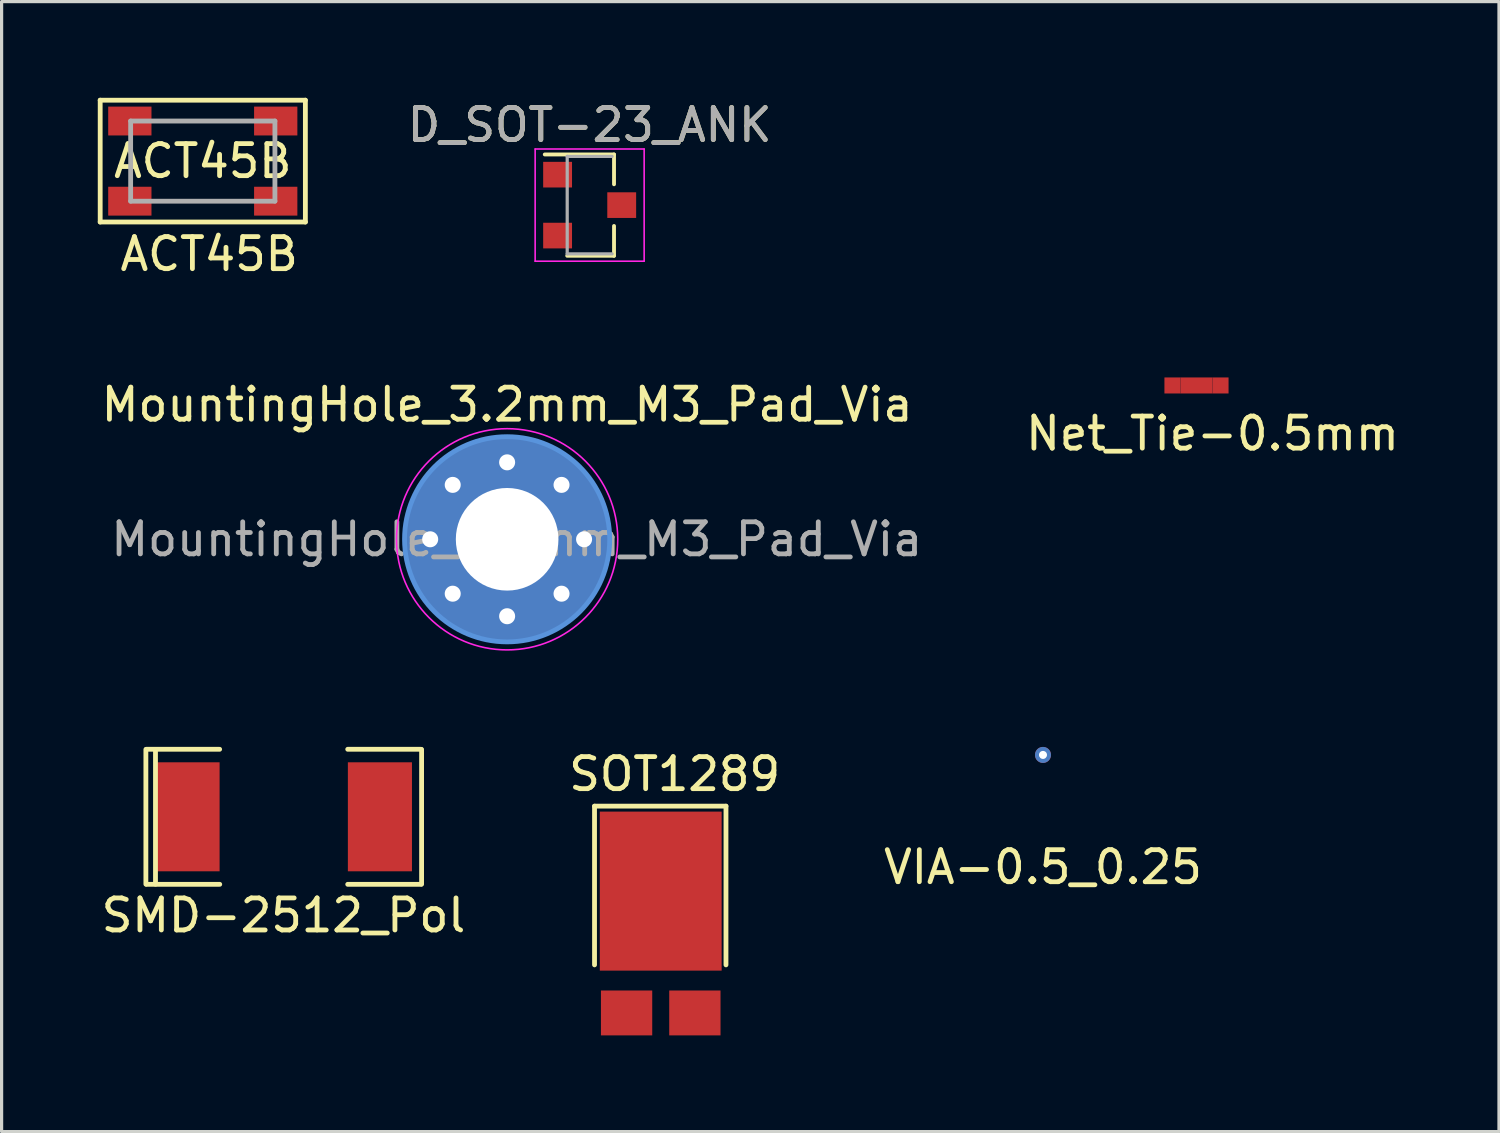
<source format=kicad_pcb>
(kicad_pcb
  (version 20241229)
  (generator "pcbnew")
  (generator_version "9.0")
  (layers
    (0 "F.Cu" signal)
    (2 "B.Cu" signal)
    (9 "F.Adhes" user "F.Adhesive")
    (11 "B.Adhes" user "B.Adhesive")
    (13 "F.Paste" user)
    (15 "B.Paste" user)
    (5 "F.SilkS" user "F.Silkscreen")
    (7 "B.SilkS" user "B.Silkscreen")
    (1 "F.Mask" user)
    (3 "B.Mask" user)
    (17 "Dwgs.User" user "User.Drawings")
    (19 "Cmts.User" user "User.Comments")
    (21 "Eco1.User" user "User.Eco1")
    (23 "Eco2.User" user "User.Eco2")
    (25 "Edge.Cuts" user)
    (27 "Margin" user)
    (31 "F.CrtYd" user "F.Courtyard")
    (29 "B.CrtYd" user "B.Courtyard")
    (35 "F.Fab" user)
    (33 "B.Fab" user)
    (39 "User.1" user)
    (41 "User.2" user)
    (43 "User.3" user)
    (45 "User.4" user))
  (footprint "Net_Tie-0.5mm"
    (layer "F.Cu")
    (at 34.27 8.973)
    (property "Reference" "Net_Tie-0.5mm" (at 0.5 1.5 0) (layer "F.SilkS") (effects (font (size 1 1) (thickness 0.15))))
    (attr through_hole)
    (pad "" smd rect (at 0 0) (size 1 0.5) (layers "F.Cu"))
    (pad "1" smd rect (at -0.75 0) (size 0.5 0.5) (layers "F.Cu"))
    (pad "2" smd rect (at 0.75 0) (size 0.5 0.5) (layers "F.Cu")))
  (footprint "ACT45B"
    (layer "F.Cu")
    (at 3.275 1.975)
    (property "Reference" "ACT45B" (at 0.2 2.9 0) (layer "F.SilkS") (effects (font (size 1 1) (thickness 0.15))))
    (attr through_hole)
    (fp_line (start -3.2 -1.9) (end 3.2 -1.9) (stroke (width 0.15) (type solid)) (layer "F.SilkS"))
    (fp_line (start -3.2 1.9) (end -3.2 -1.9) (stroke (width 0.15) (type solid)) (layer "F.SilkS"))
    (fp_line (start 3.2 -1.9) (end 3.2 1.9) (stroke (width 0.15) (type solid)) (layer "F.SilkS"))
    (fp_line (start 3.2 1.9) (end -3.2 1.9) (stroke (width 0.15) (type solid)) (layer "F.SilkS"))
    (fp_line (start -2.25 -1.25) (end 2.25 -1.25) (stroke (width 0.15) (type solid)) (layer "F.Fab"))
    (fp_line (start -2.25 1.25) (end -2.25 -1.25) (stroke (width 0.15) (type solid)) (layer "F.Fab"))
    (fp_line (start 2.25 -1.25) (end 2.25 1.25) (stroke (width 0.15) (type solid)) (layer "F.Fab"))
    (fp_line (start 2.25 1.25) (end -2.25 1.25) (stroke (width 0.15) (type solid)) (layer "F.Fab"))
    (fp_text user "${REFERENCE}" (at 0 0 0) (layer "F.SilkS") (effects (font (size 1 1) (thickness 0.15))))
    (pad "1" smd rect (at -2.275 -1.25) (size 1.35 0.9) (layers "F.Cu" "F.Mask" "F.Paste"))
    (pad "2" smd rect (at 2.275 -1.25) (size 1.35 0.9) (layers "F.Cu" "F.Mask" "F.Paste"))
    (pad "3" smd rect (at -2.275 1.25) (size 1.35 0.9) (layers "F.Cu" "F.Mask" "F.Paste"))
    (pad "4" smd rect (at 2.275 1.25) (size 1.35 0.9) (layers "F.Cu" "F.Mask" "F.Paste")))
  (footprint "D_SOT-23_ANK"
    (layer "F.Cu")
    (at 15.342 3.348)
    (property "Reference" "D_SOT-23_ANK" (at 0 -2.5 0) (layer "F.SilkS") (effects (font (size 1 1) (thickness 0.15))))
    (attr smd)
    (fp_line (start 0.76 -1.58) (end -1.4 -1.58) (stroke (width 0.12) (type solid)) (layer "F.SilkS"))
    (fp_line (start 0.76 -1.58) (end 0.76 -0.65) (stroke (width 0.12) (type solid)) (layer "F.SilkS"))
    (fp_line (start 0.76 1.58) (end -0.7 1.58) (stroke (width 0.12) (type solid)) (layer "F.SilkS"))
    (fp_line (start 0.76 1.58) (end 0.76 0.65) (stroke (width 0.12) (type solid)) (layer "F.SilkS"))
    (fp_line (start -1.7 -1.75) (end 1.7 -1.75) (stroke (width 0.05) (type solid)) (layer "F.CrtYd"))
    (fp_line (start -1.7 1.75) (end -1.7 -1.75) (stroke (width 0.05) (type solid)) (layer "F.CrtYd"))
    (fp_line (start 1.7 -1.75) (end 1.7 1.75) (stroke (width 0.05) (type solid)) (layer "F.CrtYd"))
    (fp_line (start 1.7 1.75) (end -1.7 1.75) (stroke (width 0.05) (type solid)) (layer "F.CrtYd"))
    (fp_line (start -0.7 -1.52) (end -0.7 1.52) (stroke (width 0.1) (type solid)) (layer "F.Fab"))
    (fp_line (start -0.7 -1.52) (end 0.7 -1.52) (stroke (width 0.1) (type solid)) (layer "F.Fab"))
    (fp_line (start -0.7 1.52) (end 0.7 1.52) (stroke (width 0.1) (type solid)) (layer "F.Fab"))
    (fp_text user "${REFERENCE}" (at 0 -2.5 0) (layer "F.Fab") (effects (font (size 1 1) (thickness 0.15))))
    (pad "1" smd rect (at 1 0) (size 0.9 0.8) (layers "F.Cu" "F.Mask" "F.Paste"))
    (pad "2" smd rect (at -1 -0.95) (size 0.9 0.8) (layers "F.Cu" "F.Mask" "F.Paste"))
    (pad "3" smd rect (at -1 0.95) (size 0.9 0.8) (layers "F.Cu" "F.Mask" "F.Paste")))
  (footprint "SMD-2512_Pol"
    (layer "F.Cu")
    (at 5.8 22.427)
    (property "Reference" "SMD-2512_Pol" (at -0.008 3.075 180) (layer "F.SilkS") (effects (font (size 1 1) (thickness 0.15))))
    (attr smd)
    (fp_line (start -4.3 -2.101) (end -4.3 2.101) (stroke (width 0.15) (type solid)) (layer "F.SilkS"))
    (fp_line (start -4.282 2.106) (end -1.996 2.106) (stroke (width 0.15) (type solid)) (layer "F.SilkS"))
    (fp_line (start -4 -2.101) (end -4 2.101) (stroke (width 0.15) (type solid)) (layer "F.SilkS"))
    (fp_line (start -1.999 -2.106) (end -4.285 -2.106) (stroke (width 0.15) (type solid)) (layer "F.SilkS"))
    (fp_line (start 1.996 2.106) (end 4.282 2.106) (stroke (width 0.15) (type solid)) (layer "F.SilkS"))
    (fp_line (start 4.282 -2.106) (end 1.996 -2.106) (stroke (width 0.15) (type solid)) (layer "F.SilkS"))
    (fp_line (start 4.3 -2.101) (end 4.3 2.101) (stroke (width 0.15) (type solid)) (layer "F.SilkS"))
    (pad "1" smd rect (at -3 0) (size 1.999 3.4) (layers "F.Cu" "F.Mask" "F.Paste"))
    (pad "2" smd rect (at 3 0) (size 1.999 3.4) (layers "F.Cu" "F.Mask" "F.Paste")))
  (footprint "VIA-0.5_0.25"
    (layer "F.Cu")
    (at 29.482 20.497)
    (property "Reference" "VIA-0.5_0.25" (at 0 3.5 0) (layer "F.SilkS") (effects (font (size 1 1) (thickness 0.15))))
    (attr through_hole)
    (pad "1" thru_hole circle (at 0 0) (size 0.5 0.5) (drill 0.25) (layers "*.Cu")))
  (footprint "SOT1289"
    (layer "F.Cu")
    (at 16.494 28.545)
    (property "Reference" "SOT1289" (at 1.5 -7.45 0) (layer "F.SilkS") (effects (font (size 1 1) (thickness 0.15))))
    (attr through_hole)
    (fp_line (start -1 -6.45) (end 3.1 -6.45) (stroke (width 0.15) (type solid)) (layer "F.SilkS"))
    (fp_line (start -1 -1.5) (end -1 -6.45) (stroke (width 0.15) (type solid)) (layer "F.SilkS"))
    (fp_line (start 3.1 -6.45) (end 3.1 -1.5) (stroke (width 0.15) (type solid)) (layer "F.SilkS"))
    (pad "1" smd rect (at 0.1 -4.5 90) (size 1.9 1.7) (layers "F.Cu" "F.Mask" "F.Paste"))
    (pad "1" smd rect (at 0.1 -2.4 90) (size 1.9 1.7) (layers "F.Cu" "F.Mask" "F.Paste"))
    (pad "1" smd rect (at 1.05 -5.9 90) (size 0.6 2.4) (layers "F.Cu" "F.Mask" "F.Paste"))
    (pad "1" smd rect (at 1.065 -3.8) (size 3.8 4.96) (layers "F.Cu" "F.Mask"))
    (pad "1" smd rect (at 2 -4.5 90) (size 1.9 1.7) (layers "F.Cu" "F.Mask" "F.Paste"))
    (pad "1" smd rect (at 2 -2.4 90) (size 1.9 1.7) (layers "F.Cu" "F.Mask" "F.Paste"))
    (pad "2" smd rect (at 0 0) (size 1.6 1.4) (layers "F.Cu" "F.Mask" "F.Paste"))
    (pad "2" smd rect (at 2.13 0) (size 1.6 1.4) (layers "F.Cu" "F.Mask" "F.Paste")))
  (footprint "MountingHole_3.2mm_M3_Pad_Via"
    (layer "F.Cu")
    (at 12.768 13.771)
    (property "Reference" "MountingHole_3.2mm_M3_Pad_Via" (at 0 -4.2 0) (layer "F.SilkS") (effects (font (size 1 1) (thickness 0.15))))
    (attr exclude_from_pos_files exclude_from_bom)
    (fp_circle (center 0 0) (end 3.2 0) (stroke (width 0.15) (type solid)) (fill no) (layer "Cmts.User"))
    (fp_circle (center 0 0) (end 3.45 0) (stroke (width 0.05) (type solid)) (fill no) (layer "F.CrtYd"))
    (fp_text user "${REFERENCE}" (at 0.3 0 0) (layer "F.Fab") (effects (font (size 1 1) (thickness 0.15))))
    (pad "1" thru_hole circle (at -2.4 0) (size 0.8 0.8) (drill 0.5) (layers "*.Cu" "*.Mask"))
    (pad "1" thru_hole circle (at -1.697 -1.697) (size 0.8 0.8) (drill 0.5) (layers "*.Cu" "*.Mask"))
    (pad "1" thru_hole circle (at -1.697 1.697) (size 0.8 0.8) (drill 0.5) (layers "*.Cu" "*.Mask"))
    (pad "1" thru_hole circle (at 0 -2.4) (size 0.8 0.8) (drill 0.5) (layers "*.Cu" "*.Mask"))
    (pad "1" thru_hole circle (at 0 0) (size 6.4 6.4) (drill 3.2) (layers "*.Cu" "*.Mask"))
    (pad "1" thru_hole circle (at 0 2.4) (size 0.8 0.8) (drill 0.5) (layers "*.Cu" "*.Mask"))
    (pad "1" thru_hole circle (at 1.697 -1.697) (size 0.8 0.8) (drill 0.5) (layers "*.Cu" "*.Mask"))
    (pad "1" thru_hole circle (at 1.697 1.697) (size 0.8 0.8) (drill 0.5) (layers "*.Cu" "*.Mask"))
    (pad "1" thru_hole circle (at 2.4 0) (size 0.8 0.8) (drill 0.5) (layers "*.Cu" "*.Mask")))
  (gr_rect
    (start -3 -3)
    (end 43.705 32.245)
    (stroke (width 0.1) (type default))
    (fill no)
    (layer "Edge.Cuts")))
</source>
